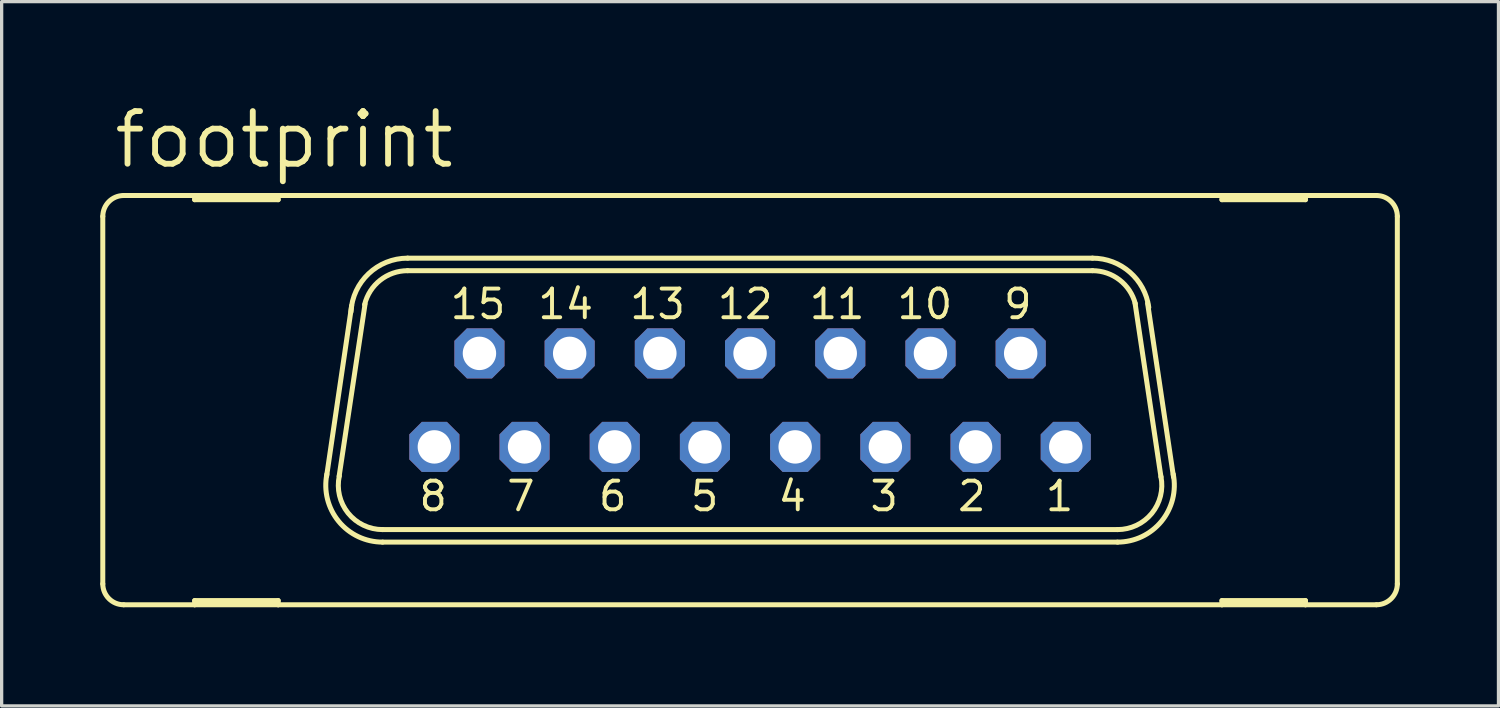
<source format=kicad_pcb>
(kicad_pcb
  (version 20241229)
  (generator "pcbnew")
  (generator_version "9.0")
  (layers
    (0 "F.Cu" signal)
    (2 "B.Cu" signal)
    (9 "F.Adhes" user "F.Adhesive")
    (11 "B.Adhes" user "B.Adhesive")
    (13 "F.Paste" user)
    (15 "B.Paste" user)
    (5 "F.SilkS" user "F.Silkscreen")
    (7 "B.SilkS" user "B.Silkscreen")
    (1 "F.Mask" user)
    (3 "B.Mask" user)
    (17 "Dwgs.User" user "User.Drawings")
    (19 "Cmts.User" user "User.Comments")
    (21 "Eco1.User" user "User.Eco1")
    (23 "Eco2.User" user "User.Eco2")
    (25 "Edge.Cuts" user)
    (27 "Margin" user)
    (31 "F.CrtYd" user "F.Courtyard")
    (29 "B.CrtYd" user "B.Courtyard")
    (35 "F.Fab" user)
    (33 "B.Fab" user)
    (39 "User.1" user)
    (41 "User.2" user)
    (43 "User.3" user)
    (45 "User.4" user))
  (footprint "footprint"
    (layer "F.Cu")
    (at 19.761 9.119)
    (property "Reference" "footprint" (at -19.431 -6.985 0) (layer "F.SilkS") (effects (font (size 1.6 1.6) (thickness 0.178)) (justify left bottom)))
    (fp_line (start -19.685 5.588) (end -19.685 -5.588) (stroke (width 0.152) (type solid)) (layer "F.SilkS"))
    (fp_line (start -19.05 6.223) (end -16.891 6.223) (stroke (width 0.152) (type solid)) (layer "F.SilkS"))
    (fp_line (start -16.891 -6.223) (end -19.05 -6.223) (stroke (width 0.152) (type solid)) (layer "F.SilkS"))
    (fp_line (start -16.891 -6.096) (end -16.891 -6.223) (stroke (width 0.152) (type solid)) (layer "F.SilkS"))
    (fp_line (start -16.891 6.096) (end -16.891 6.223) (stroke (width 0.152) (type solid)) (layer "F.SilkS"))
    (fp_line (start -16.891 6.223) (end -14.351 6.223) (stroke (width 0.152) (type solid)) (layer "F.SilkS"))
    (fp_line (start -14.351 -6.223) (end -16.891 -6.223) (stroke (width 0.152) (type solid)) (layer "F.SilkS"))
    (fp_line (start -14.351 -6.223) (end -14.351 -6.096) (stroke (width 0.152) (type solid)) (layer "F.SilkS"))
    (fp_line (start -14.351 -6.096) (end -16.891 -6.096) (stroke (width 0.152) (type solid)) (layer "F.SilkS"))
    (fp_line (start -14.351 6.096) (end -16.891 6.096) (stroke (width 0.152) (type solid)) (layer "F.SilkS"))
    (fp_line (start -14.351 6.223) (end -14.351 6.096) (stroke (width 0.152) (type solid)) (layer "F.SilkS"))
    (fp_line (start -14.351 6.223) (end 14.351 6.223) (stroke (width 0.152) (type solid)) (layer "F.SilkS"))
    (fp_line (start -12.878 2.311) (end -12.116 -2.87) (stroke (width 0.152) (type solid)) (layer "F.SilkS"))
    (fp_line (start -12.497 2.311) (end -11.709 -2.921) (stroke (width 0.152) (type solid)) (layer "F.SilkS"))
    (fp_line (start 10.414 -4.318) (end -10.414 -4.318) (stroke (width 0.152) (type solid)) (layer "F.SilkS"))
    (fp_line (start 10.414 -3.937) (end -10.414 -3.937) (stroke (width 0.152) (type solid)) (layer "F.SilkS"))
    (fp_line (start 11.176 3.937) (end -11.176 3.937) (stroke (width 0.152) (type solid)) (layer "F.SilkS"))
    (fp_line (start 11.176 4.318) (end -11.176 4.318) (stroke (width 0.152) (type solid)) (layer "F.SilkS"))
    (fp_line (start 11.709 -2.946) (end 12.497 2.337) (stroke (width 0.152) (type solid)) (layer "F.SilkS"))
    (fp_line (start 12.09 -2.946) (end 12.878 2.337) (stroke (width 0.152) (type solid)) (layer "F.SilkS"))
    (fp_line (start 14.351 -6.223) (end -14.351 -6.223) (stroke (width 0.152) (type solid)) (layer "F.SilkS"))
    (fp_line (start 14.351 -6.096) (end 14.351 -6.223) (stroke (width 0.152) (type solid)) (layer "F.SilkS"))
    (fp_line (start 14.351 6.096) (end 14.351 6.223) (stroke (width 0.152) (type solid)) (layer "F.SilkS"))
    (fp_line (start 14.351 6.223) (end 16.891 6.223) (stroke (width 0.152) (type solid)) (layer "F.SilkS"))
    (fp_line (start 16.891 -6.223) (end 14.351 -6.223) (stroke (width 0.152) (type solid)) (layer "F.SilkS"))
    (fp_line (start 16.891 -6.223) (end 16.891 -6.096) (stroke (width 0.152) (type solid)) (layer "F.SilkS"))
    (fp_line (start 16.891 -6.096) (end 14.351 -6.096) (stroke (width 0.152) (type solid)) (layer "F.SilkS"))
    (fp_line (start 16.891 6.096) (end 14.351 6.096) (stroke (width 0.152) (type solid)) (layer "F.SilkS"))
    (fp_line (start 16.891 6.223) (end 16.891 6.096) (stroke (width 0.152) (type solid)) (layer "F.SilkS"))
    (fp_line (start 16.891 6.223) (end 19.05 6.223) (stroke (width 0.152) (type solid)) (layer "F.SilkS"))
    (fp_line (start 19.05 -6.223) (end 16.891 -6.223) (stroke (width 0.152) (type solid)) (layer "F.SilkS"))
    (fp_line (start 19.685 5.588) (end 19.685 -5.588) (stroke (width 0.152) (type solid)) (layer "F.SilkS"))
    (fp_arc (start -19.685 -5.588) (mid -19.499013 -6.037013) (end -19.05 -6.223) (stroke (width 0.1524) (type solid)) (layer "F.SilkS"))
    (fp_arc (start -19.05 6.223) (mid -19.499013 6.037013) (end -19.685 5.588) (stroke (width 0.1524) (type solid)) (layer "F.SilkS"))
    (fp_arc (start -12.1383 -2.6849) (mid -11.601366 -3.844828) (end -10.414 -4.318) (stroke (width 0.1524) (type solid)) (layer "F.SilkS"))
    (fp_arc (start -11.7227 -2.905) (mid -11.247255 -3.647874) (end -10.413999 -3.936999) (stroke (width 0.1524) (type solid)) (layer "F.SilkS"))
    (fp_arc (start -11.175998 3.937) (mid -12.224555 3.435185) (end -12.4915 2.3038) (stroke (width 0.1524) (type solid)) (layer "F.SilkS"))
    (fp_arc (start -11.175998 4.318) (mid -12.511811 3.685868) (end -12.87 2.2521) (stroke (width 0.1524) (type solid)) (layer "F.SilkS"))
    (fp_arc (start 10.414 -4.318) (mid 11.551711 -3.890311) (end 12.125999 -2.819099) (stroke (width 0.1524) (type solid)) (layer "F.SilkS"))
    (fp_arc (start 10.414 -3.937) (mid 11.2375 -3.655745) (end 11.7169 -2.9295) (stroke (width 0.1524) (type solid)) (layer "F.SilkS"))
    (fp_arc (start 12.4961 2.3268) (mid 12.217082 3.444284) (end 11.176 3.937) (stroke (width 0.1524) (type solid)) (layer "F.SilkS"))
    (fp_arc (start 12.869699 2.252098) (mid 12.511717 3.68584) (end 11.176 4.318) (stroke (width 0.1524) (type solid)) (layer "F.SilkS"))
    (fp_arc (start 19.05 -6.223) (mid 19.499013 -6.037013) (end 19.685 -5.588) (stroke (width 0.1524) (type solid)) (layer "F.SilkS"))
    (fp_arc (start 19.685 5.588) (mid 19.499013 6.037013) (end 19.05 6.223) (stroke (width 0.1524) (type solid)) (layer "F.SilkS"))
    (fp_circle (center -9.601 1.422) (end -9.347 1.422) (stroke (width 0.406) (type solid)) (fill no) (layer "F.Fab"))
    (fp_circle (center -8.23 -1.422) (end -7.976 -1.422) (stroke (width 0.406) (type solid)) (fill no) (layer "F.Fab"))
    (fp_circle (center -6.858 1.422) (end -6.604 1.422) (stroke (width 0.406) (type solid)) (fill no) (layer "F.Fab"))
    (fp_circle (center -5.486 -1.422) (end -5.232 -1.422) (stroke (width 0.406) (type solid)) (fill no) (layer "F.Fab"))
    (fp_circle (center -4.115 1.422) (end -3.861 1.422) (stroke (width 0.406) (type solid)) (fill no) (layer "F.Fab"))
    (fp_circle (center -2.743 -1.422) (end -2.489 -1.422) (stroke (width 0.406) (type solid)) (fill no) (layer "F.Fab"))
    (fp_circle (center -1.372 1.422) (end -1.118 1.422) (stroke (width 0.406) (type solid)) (fill no) (layer "F.Fab"))
    (fp_circle (center 0 -1.422) (end 0.254 -1.422) (stroke (width 0.406) (type solid)) (fill no) (layer "F.Fab"))
    (fp_circle (center 1.372 1.422) (end 1.626 1.422) (stroke (width 0.406) (type solid)) (fill no) (layer "F.Fab"))
    (fp_circle (center 2.743 -1.422) (end 2.997 -1.422) (stroke (width 0.406) (type solid)) (fill no) (layer "F.Fab"))
    (fp_circle (center 4.115 1.422) (end 4.369 1.422) (stroke (width 0.406) (type solid)) (fill no) (layer "F.Fab"))
    (fp_circle (center 5.486 -1.422) (end 5.74 -1.422) (stroke (width 0.406) (type solid)) (fill no) (layer "F.Fab"))
    (fp_circle (center 6.858 1.422) (end 7.112 1.422) (stroke (width 0.406) (type solid)) (fill no) (layer "F.Fab"))
    (fp_circle (center 8.23 -1.422) (end 8.484 -1.422) (stroke (width 0.406) (type solid)) (fill no) (layer "F.Fab"))
    (fp_circle (center 9.601 1.422) (end 9.855 1.422) (stroke (width 0.406) (type solid)) (fill no) (layer "F.Fab"))
    (fp_text user "13" (at -1.905 -3.429 0) (layer "F.SilkS") (effects (font (size 0.872 0.872) (thickness 0.119)) (justify right top)))
    (fp_text user "15" (at -7.366 -3.429 0) (layer "F.SilkS") (effects (font (size 0.872 0.872) (thickness 0.119)) (justify right top)))
    (fp_text user "6" (at -3.683 2.413 0) (layer "F.SilkS") (effects (font (size 0.872 0.872) (thickness 0.119)) (justify right top)))
    (fp_text user "7" (at -6.477 2.413 0) (layer "F.SilkS") (effects (font (size 0.872 0.872) (thickness 0.119)) (justify right top)))
    (fp_text user "14" (at -4.699 -3.429 0) (layer "F.SilkS") (effects (font (size 0.872 0.872) (thickness 0.119)) (justify right top)))
    (fp_text user "12" (at 0.762 -3.429 0) (layer "F.SilkS") (effects (font (size 0.872 0.872) (thickness 0.119)) (justify right top)))
    (fp_text user "3" (at 4.572 2.413 0) (layer "F.SilkS") (effects (font (size 0.872 0.872) (thickness 0.119)) (justify right top)))
    (fp_text user "11" (at 3.556 -3.429 0) (layer "F.SilkS") (effects (font (size 0.872 0.872) (thickness 0.119)) (justify right top)))
    (fp_text user "10" (at 6.223 -3.429 0) (layer "F.SilkS") (effects (font (size 0.872 0.872) (thickness 0.119)) (justify right top)))
    (fp_text user "9" (at 8.636 -3.429 0) (layer "F.SilkS") (effects (font (size 0.872 0.872) (thickness 0.119)) (justify right top)))
    (fp_text user "8" (at -9.144 2.413 0) (layer "F.SilkS") (effects (font (size 0.872 0.872) (thickness 0.119)) (justify right top)))
    (fp_text user "2" (at 7.239 2.413 0) (layer "F.SilkS") (effects (font (size 0.872 0.872) (thickness 0.119)) (justify right top)))
    (fp_text user "4" (at 1.778 2.413 0) (layer "F.SilkS") (effects (font (size 0.872 0.872) (thickness 0.119)) (justify right top)))
    (fp_text user "5" (at -0.889 2.413 0) (layer "F.SilkS") (effects (font (size 0.872 0.872) (thickness 0.119)) (justify right top)))
    (fp_text user "1" (at 9.906 2.413 0) (layer "F.SilkS") (effects (font (size 0.872 0.872) (thickness 0.119)) (justify right top)))
    (pad "1" thru_hole roundrect (at 9.601 1.422) (size 1.524 1.524) (drill 1.016) (layers "*.Cu" "*.Mask") (roundrect_rratio 0.25) (chamfer_ratio 0.25) (chamfer top_left top_right bottom_left bottom_right))
    (pad "2" thru_hole roundrect (at 6.858 1.422) (size 1.524 1.524) (drill 1.016) (layers "*.Cu" "*.Mask") (roundrect_rratio 0.25) (chamfer_ratio 0.25) (chamfer top_left top_right bottom_left bottom_right))
    (pad "3" thru_hole roundrect (at 4.115 1.422) (size 1.524 1.524) (drill 1.016) (layers "*.Cu" "*.Mask") (roundrect_rratio 0.25) (chamfer_ratio 0.25) (chamfer top_left top_right bottom_left bottom_right))
    (pad "4" thru_hole roundrect (at 1.372 1.422) (size 1.524 1.524) (drill 1.016) (layers "*.Cu" "*.Mask") (roundrect_rratio 0.25) (chamfer_ratio 0.25) (chamfer top_left top_right bottom_left bottom_right))
    (pad "5" thru_hole roundrect (at -1.372 1.422) (size 1.524 1.524) (drill 1.016) (layers "*.Cu" "*.Mask") (roundrect_rratio 0.25) (chamfer_ratio 0.25) (chamfer top_left top_right bottom_left bottom_right))
    (pad "6" thru_hole roundrect (at -4.115 1.422) (size 1.524 1.524) (drill 1.016) (layers "*.Cu" "*.Mask") (roundrect_rratio 0.25) (chamfer_ratio 0.25) (chamfer top_left top_right bottom_left bottom_right))
    (pad "7" thru_hole roundrect (at -6.858 1.422) (size 1.524 1.524) (drill 1.016) (layers "*.Cu" "*.Mask") (roundrect_rratio 0.25) (chamfer_ratio 0.25) (chamfer top_left top_right bottom_left bottom_right))
    (pad "8" thru_hole roundrect (at -9.601 1.422) (size 1.524 1.524) (drill 1.016) (layers "*.Cu" "*.Mask") (roundrect_rratio 0.25) (chamfer_ratio 0.25) (chamfer top_left top_right bottom_left bottom_right))
    (pad "9" thru_hole roundrect (at 8.23 -1.422) (size 1.524 1.524) (drill 1.016) (layers "*.Cu" "*.Mask") (roundrect_rratio 0.25) (chamfer_ratio 0.25) (chamfer top_left top_right bottom_left bottom_right))
    (pad "10" thru_hole roundrect (at 5.486 -1.422) (size 1.524 1.524) (drill 1.016) (layers "*.Cu" "*.Mask") (roundrect_rratio 0.25) (chamfer_ratio 0.25) (chamfer top_left top_right bottom_left bottom_right))
    (pad "11" thru_hole roundrect (at 2.743 -1.422) (size 1.524 1.524) (drill 1.016) (layers "*.Cu" "*.Mask") (roundrect_rratio 0.25) (chamfer_ratio 0.25) (chamfer top_left top_right bottom_left bottom_right))
    (pad "12" thru_hole roundrect (at 0 -1.422) (size 1.524 1.524) (drill 1.016) (layers "*.Cu" "*.Mask") (roundrect_rratio 0.25) (chamfer_ratio 0.25) (chamfer top_left top_right bottom_left bottom_right))
    (pad "13" thru_hole roundrect (at -2.743 -1.422) (size 1.524 1.524) (drill 1.016) (layers "*.Cu" "*.Mask") (roundrect_rratio 0.25) (chamfer_ratio 0.25) (chamfer top_left top_right bottom_left bottom_right))
    (pad "14" thru_hole roundrect (at -5.486 -1.422) (size 1.524 1.524) (drill 1.016) (layers "*.Cu" "*.Mask") (roundrect_rratio 0.25) (chamfer_ratio 0.25) (chamfer top_left top_right bottom_left bottom_right))
    (pad "15" thru_hole roundrect (at -8.23 -1.422) (size 1.524 1.524) (drill 1.016) (layers "*.Cu" "*.Mask") (roundrect_rratio 0.25) (chamfer_ratio 0.25) (chamfer top_left top_right bottom_left bottom_right)))
  (gr_rect
    (start -3 -3)
    (end 42.522 18.418)
    (stroke (width 0.1) (type default))
    (fill no)
    (layer "Edge.Cuts")))
</source>
